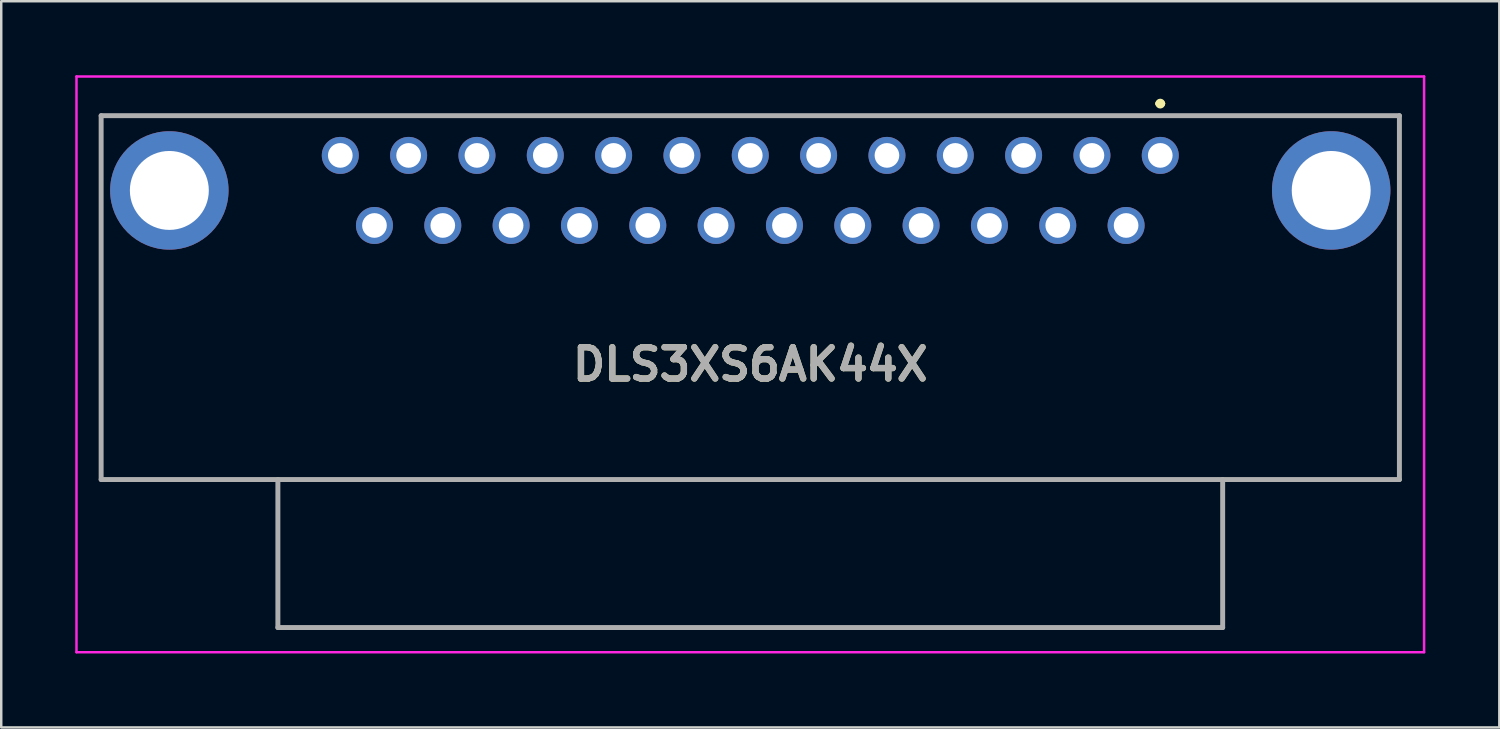
<source format=kicad_pcb>
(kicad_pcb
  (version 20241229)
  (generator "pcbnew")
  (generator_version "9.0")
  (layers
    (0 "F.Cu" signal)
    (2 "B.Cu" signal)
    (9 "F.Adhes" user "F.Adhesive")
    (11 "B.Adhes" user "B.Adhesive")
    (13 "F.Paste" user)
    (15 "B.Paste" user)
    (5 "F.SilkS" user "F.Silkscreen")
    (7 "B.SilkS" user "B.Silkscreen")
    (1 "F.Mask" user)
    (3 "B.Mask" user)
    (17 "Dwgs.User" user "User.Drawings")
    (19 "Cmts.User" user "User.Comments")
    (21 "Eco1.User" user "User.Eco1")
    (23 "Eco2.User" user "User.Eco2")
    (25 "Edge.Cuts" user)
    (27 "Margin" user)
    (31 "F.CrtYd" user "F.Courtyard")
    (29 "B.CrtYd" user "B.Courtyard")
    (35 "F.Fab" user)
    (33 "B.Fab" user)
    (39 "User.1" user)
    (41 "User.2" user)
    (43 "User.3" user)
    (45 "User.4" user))
  (footprint "DLS3XS6AK44X"
    (layer "F.Cu")
    (at 43.985 3.25)
    (property "Reference" "DLS3XS6AK44X" (at -16.62 8.47 0) (layer "F.SilkS") (effects (font (size 1.27 1.27) (thickness 0.254))))
    (attr through_hole)
    (fp_line (start -42.935 -1.61) (end 9.695 -1.61) (stroke (width 0.1) (type solid)) (layer "F.SilkS"))
    (fp_line (start -42.935 13.14) (end -42.935 -1.61) (stroke (width 0.1) (type solid)) (layer "F.SilkS"))
    (fp_line (start -0.1 -2.1) (end -0.1 -2.1) (stroke (width 0.2) (type solid)) (layer "F.SilkS"))
    (fp_line (start 0.1 -2.1) (end 0.1 -2.1) (stroke (width 0.2) (type solid)) (layer "F.SilkS"))
    (fp_line (start 9.695 -1.61) (end 9.695 13.14) (stroke (width 0.1) (type solid)) (layer "F.SilkS"))
    (fp_line (start 9.695 13.14) (end -42.935 13.14) (stroke (width 0.1) (type solid)) (layer "F.SilkS"))
    (fp_arc (start -0.1 -2.1) (mid 0 -2.2) (end 0.1 -2.1) (stroke (width 0.2) (type solid)) (layer "F.SilkS"))
    (fp_arc (start 0.1 -2.1) (mid 0 -2) (end -0.1 -2.1) (stroke (width 0.2) (type solid)) (layer "F.SilkS"))
    (fp_line (start -43.935 -3.2) (end 10.695 -3.2) (stroke (width 0.1) (type solid)) (layer "F.CrtYd"))
    (fp_line (start -43.935 20.14) (end -43.935 -3.2) (stroke (width 0.1) (type solid)) (layer "F.CrtYd"))
    (fp_line (start 10.695 -3.2) (end 10.695 20.14) (stroke (width 0.1) (type solid)) (layer "F.CrtYd"))
    (fp_line (start 10.695 20.14) (end -43.935 20.14) (stroke (width 0.1) (type solid)) (layer "F.CrtYd"))
    (fp_line (start -42.935 -1.61) (end 9.695 -1.61) (stroke (width 0.2) (type solid)) (layer "F.Fab"))
    (fp_line (start -42.935 13.14) (end -42.935 -1.61) (stroke (width 0.2) (type solid)) (layer "F.Fab"))
    (fp_line (start -35.77 13.14) (end -35.77 19.14) (stroke (width 0.2) (type solid)) (layer "F.Fab"))
    (fp_line (start -35.77 19.14) (end 2.53 19.14) (stroke (width 0.2) (type solid)) (layer "F.Fab"))
    (fp_line (start 2.53 19.14) (end 2.53 13.14) (stroke (width 0.2) (type solid)) (layer "F.Fab"))
    (fp_line (start 9.695 -1.61) (end 9.695 13.14) (stroke (width 0.2) (type solid)) (layer "F.Fab"))
    (fp_line (start 9.695 13.14) (end -42.935 13.14) (stroke (width 0.2) (type solid)) (layer "F.Fab"))
    (fp_text user "${REFERENCE}" (at -16.62 8.47 0) (layer "F.Fab") (effects (font (size 1.27 1.27) (thickness 0.254))))
    (pad "1" thru_hole circle (at 0 0) (size 1.5 1.5) (drill 1) (layers "*.Cu" "*.Mask"))
    (pad "2" thru_hole circle (at -2.77 0) (size 1.5 1.5) (drill 1) (layers "*.Cu" "*.Mask"))
    (pad "3" thru_hole circle (at -5.54 0) (size 1.5 1.5) (drill 1) (layers "*.Cu" "*.Mask"))
    (pad "4" thru_hole circle (at -8.31 0) (size 1.5 1.5) (drill 1) (layers "*.Cu" "*.Mask"))
    (pad "5" thru_hole circle (at -11.08 0) (size 1.5 1.5) (drill 1) (layers "*.Cu" "*.Mask"))
    (pad "6" thru_hole circle (at -13.85 0) (size 1.5 1.5) (drill 1) (layers "*.Cu" "*.Mask"))
    (pad "7" thru_hole circle (at -16.62 0) (size 1.5 1.5) (drill 1) (layers "*.Cu" "*.Mask"))
    (pad "8" thru_hole circle (at -19.39 0) (size 1.5 1.5) (drill 1) (layers "*.Cu" "*.Mask"))
    (pad "9" thru_hole circle (at -22.16 0) (size 1.5 1.5) (drill 1) (layers "*.Cu" "*.Mask"))
    (pad "10" thru_hole circle (at -24.93 0) (size 1.5 1.5) (drill 1) (layers "*.Cu" "*.Mask"))
    (pad "11" thru_hole circle (at -27.7 0) (size 1.5 1.5) (drill 1) (layers "*.Cu" "*.Mask"))
    (pad "12" thru_hole circle (at -30.47 0) (size 1.5 1.5) (drill 1) (layers "*.Cu" "*.Mask"))
    (pad "13" thru_hole circle (at -33.24 0) (size 1.5 1.5) (drill 1) (layers "*.Cu" "*.Mask"))
    (pad "14" thru_hole circle (at -1.385 2.84) (size 1.5 1.5) (drill 1) (layers "*.Cu" "*.Mask"))
    (pad "15" thru_hole circle (at -4.155 2.84) (size 1.5 1.5) (drill 1) (layers "*.Cu" "*.Mask"))
    (pad "16" thru_hole circle (at -6.925 2.84) (size 1.5 1.5) (drill 1) (layers "*.Cu" "*.Mask"))
    (pad "17" thru_hole circle (at -9.695 2.84) (size 1.5 1.5) (drill 1) (layers "*.Cu" "*.Mask"))
    (pad "18" thru_hole circle (at -12.465 2.84) (size 1.5 1.5) (drill 1) (layers "*.Cu" "*.Mask"))
    (pad "19" thru_hole circle (at -15.235 2.84) (size 1.5 1.5) (drill 1) (layers "*.Cu" "*.Mask"))
    (pad "20" thru_hole circle (at -18.005 2.84) (size 1.5 1.5) (drill 1) (layers "*.Cu" "*.Mask"))
    (pad "21" thru_hole circle (at -20.775 2.84) (size 1.5 1.5) (drill 1) (layers "*.Cu" "*.Mask"))
    (pad "22" thru_hole circle (at -23.545 2.84) (size 1.5 1.5) (drill 1) (layers "*.Cu" "*.Mask"))
    (pad "23" thru_hole circle (at -26.315 2.84) (size 1.5 1.5) (drill 1) (layers "*.Cu" "*.Mask"))
    (pad "24" thru_hole circle (at -29.085 2.84) (size 1.5 1.5) (drill 1) (layers "*.Cu" "*.Mask"))
    (pad "25" thru_hole circle (at -31.855 2.84) (size 1.5 1.5) (drill 1) (layers "*.Cu" "*.Mask"))
    (pad "MH1" thru_hole circle (at 6.93 1.42) (size 4.8 4.8) (drill 3.2) (layers "*.Cu" "*.Mask"))
    (pad "MH2" thru_hole circle (at -40.17 1.42) (size 4.8 4.8) (drill 3.2) (layers "*.Cu" "*.Mask")))
  (gr_rect
    (start -3 -3)
    (end 57.73 26.44)
    (stroke (width 0.1) (type default))
    (fill no)
    (layer "Edge.Cuts")))
</source>
